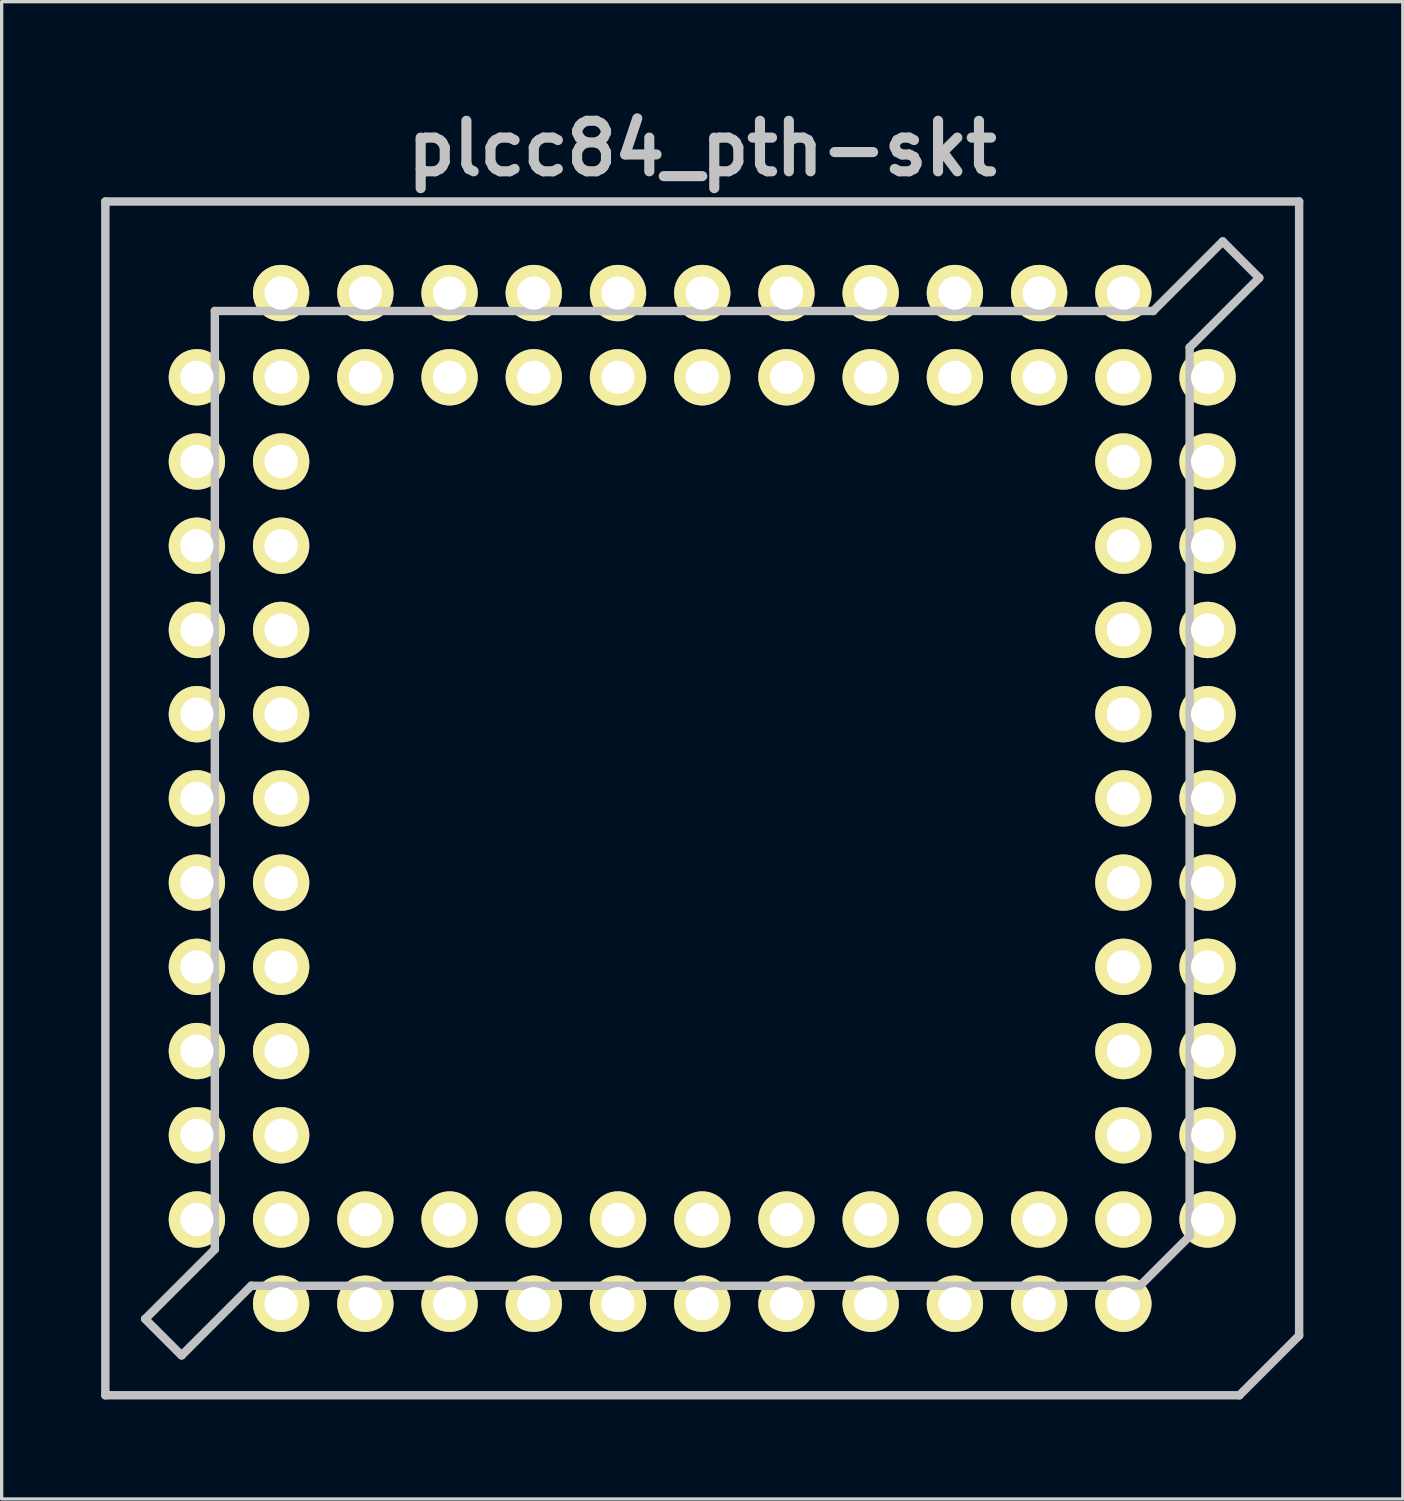
<source format=kicad_pcb>
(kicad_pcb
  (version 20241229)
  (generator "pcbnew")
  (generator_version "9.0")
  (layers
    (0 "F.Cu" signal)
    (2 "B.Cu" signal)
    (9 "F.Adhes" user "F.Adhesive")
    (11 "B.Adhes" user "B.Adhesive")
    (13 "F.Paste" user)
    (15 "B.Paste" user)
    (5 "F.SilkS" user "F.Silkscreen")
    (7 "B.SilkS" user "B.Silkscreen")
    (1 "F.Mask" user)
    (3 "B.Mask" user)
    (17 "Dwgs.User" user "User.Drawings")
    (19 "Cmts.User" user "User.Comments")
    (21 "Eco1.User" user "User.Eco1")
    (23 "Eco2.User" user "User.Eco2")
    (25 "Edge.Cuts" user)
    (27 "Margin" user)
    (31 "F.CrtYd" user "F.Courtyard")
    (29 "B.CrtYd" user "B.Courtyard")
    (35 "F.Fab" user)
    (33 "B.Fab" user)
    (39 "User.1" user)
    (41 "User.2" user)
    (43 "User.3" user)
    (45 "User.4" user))
  (footprint "plcc84_pth-skt"
    (layer "F.Cu")
    (at 18.128 21.028)
    (property "Reference" "plcc84_pth-skt" (at 0 -19.601 0) (layer "Dwgs.User") (effects (font (size 1.524 1.524) (thickness 0.305))))
    (attr through_hole)
    (fp_line (start -18.001 -18.001) (end -18.001 18.001) (stroke (width 0.254) (type solid)) (layer "Dwgs.User"))
    (fp_line (start -18.001 18.001) (end 16.2 18.001) (stroke (width 0.254) (type solid)) (layer "Dwgs.User"))
    (fp_line (start -16.802 15.7) (end -15.702 16.8) (stroke (width 0.254) (type solid)) (layer "Dwgs.User"))
    (fp_line (start -15.695 16.792) (end -13.597 14.694) (stroke (width 0.254) (type solid)) (layer "Dwgs.User"))
    (fp_line (start -14.699 -14.699) (end 13.599 -14.699) (stroke (width 0.254) (type solid)) (layer "Dwgs.User"))
    (fp_line (start -14.699 13.599) (end -16.797 15.697) (stroke (width 0.254) (type solid)) (layer "Dwgs.User"))
    (fp_line (start -14.699 13.599) (end -14.699 -14.699) (stroke (width 0.254) (type solid)) (layer "Dwgs.User"))
    (fp_line (start 13.2 14.699) (end -13.599 14.699) (stroke (width 0.254) (type solid)) (layer "Dwgs.User"))
    (fp_line (start 13.599 -14.699) (end 15.697 -16.797) (stroke (width 0.254) (type solid)) (layer "Dwgs.User"))
    (fp_line (start 14.699 -13.599) (end 14.699 13.2) (stroke (width 0.254) (type solid)) (layer "Dwgs.User"))
    (fp_line (start 14.699 13.2) (end 13.2 14.699) (stroke (width 0.254) (type solid)) (layer "Dwgs.User"))
    (fp_line (start 15.697 -16.797) (end 16.797 -15.697) (stroke (width 0.254) (type solid)) (layer "Dwgs.User"))
    (fp_line (start 16.2 18.001) (end 18.001 16.2) (stroke (width 0.254) (type solid)) (layer "Dwgs.User"))
    (fp_line (start 16.8 -15.7) (end 14.702 -13.602) (stroke (width 0.254) (type solid)) (layer "Dwgs.User"))
    (fp_line (start 18.001 -18.001) (end -18.001 -18.001) (stroke (width 0.254) (type solid)) (layer "Dwgs.User"))
    (fp_line (start 18.001 16.2) (end 18.001 -18.001) (stroke (width 0.254) (type solid)) (layer "Dwgs.User"))
    (pad "1" thru_hole circle (at 0 15.24) (size 1.699 1.699) (drill 1.001) (layers "*.Cu" "*.Mask" "F.SilkS"))
    (pad "2" thru_hole circle (at 0 12.7) (size 1.699 1.699) (drill 1.001) (layers "*.Cu" "*.Mask" "F.SilkS"))
    (pad "3" thru_hole circle (at 2.54 15.24) (size 1.699 1.699) (drill 1.001) (layers "*.Cu" "*.Mask" "F.SilkS"))
    (pad "4" thru_hole circle (at 2.54 12.7) (size 1.699 1.699) (drill 1.001) (layers "*.Cu" "*.Mask" "F.SilkS"))
    (pad "5" thru_hole circle (at 5.08 15.24) (size 1.699 1.699) (drill 1.001) (layers "*.Cu" "*.Mask" "F.SilkS"))
    (pad "6" thru_hole circle (at 5.08 12.7) (size 1.699 1.699) (drill 1.001) (layers "*.Cu" "*.Mask" "F.SilkS"))
    (pad "7" thru_hole circle (at 7.62 15.24) (size 1.699 1.699) (drill 1.001) (layers "*.Cu" "*.Mask" "F.SilkS"))
    (pad "8" thru_hole circle (at 7.62 12.7) (size 1.699 1.699) (drill 1.001) (layers "*.Cu" "*.Mask" "F.SilkS"))
    (pad "9" thru_hole circle (at 10.16 15.24) (size 1.699 1.699) (drill 1.001) (layers "*.Cu" "*.Mask" "F.SilkS"))
    (pad "10" thru_hole circle (at 10.16 12.7) (size 1.699 1.699) (drill 1.001) (layers "*.Cu" "*.Mask" "F.SilkS"))
    (pad "11" thru_hole circle (at 12.7 15.24) (size 1.699 1.699) (drill 1.001) (layers "*.Cu" "*.Mask" "F.SilkS"))
    (pad "12" thru_hole circle (at 15.24 12.7) (size 1.699 1.699) (drill 1.001) (layers "*.Cu" "*.Mask" "F.SilkS"))
    (pad "13" thru_hole circle (at 12.7 12.7) (size 1.699 1.699) (drill 1.001) (layers "*.Cu" "*.Mask" "F.SilkS"))
    (pad "14" thru_hole circle (at 15.24 10.16) (size 1.699 1.699) (drill 1.001) (layers "*.Cu" "*.Mask" "F.SilkS"))
    (pad "15" thru_hole circle (at 12.7 10.16) (size 1.699 1.699) (drill 1.001) (layers "*.Cu" "*.Mask" "F.SilkS"))
    (pad "16" thru_hole circle (at 15.24 7.62) (size 1.699 1.699) (drill 1.001) (layers "*.Cu" "*.Mask" "F.SilkS"))
    (pad "17" thru_hole circle (at 12.7 7.62) (size 1.699 1.699) (drill 1.001) (layers "*.Cu" "*.Mask" "F.SilkS"))
    (pad "18" thru_hole circle (at 15.24 5.08) (size 1.699 1.699) (drill 1.001) (layers "*.Cu" "*.Mask" "F.SilkS"))
    (pad "19" thru_hole circle (at 12.7 5.08) (size 1.699 1.699) (drill 1.001) (layers "*.Cu" "*.Mask" "F.SilkS"))
    (pad "20" thru_hole circle (at 15.24 2.54) (size 1.699 1.699) (drill 1.001) (layers "*.Cu" "*.Mask" "F.SilkS"))
    (pad "21" thru_hole circle (at 12.7 2.54) (size 1.699 1.699) (drill 1.001) (layers "*.Cu" "*.Mask" "F.SilkS"))
    (pad "22" thru_hole circle (at 15.24 0) (size 1.699 1.699) (drill 1.001) (layers "*.Cu" "*.Mask" "F.SilkS"))
    (pad "23" thru_hole circle (at 12.7 0) (size 1.699 1.699) (drill 1.001) (layers "*.Cu" "*.Mask" "F.SilkS"))
    (pad "24" thru_hole circle (at 15.24 -2.54) (size 1.699 1.699) (drill 1.001) (layers "*.Cu" "*.Mask" "F.SilkS"))
    (pad "25" thru_hole circle (at 12.7 -2.54) (size 1.699 1.699) (drill 1.001) (layers "*.Cu" "*.Mask" "F.SilkS"))
    (pad "26" thru_hole circle (at 15.24 -5.08) (size 1.699 1.699) (drill 1.001) (layers "*.Cu" "*.Mask" "F.SilkS"))
    (pad "27" thru_hole circle (at 12.7 -5.08) (size 1.699 1.699) (drill 1.001) (layers "*.Cu" "*.Mask" "F.SilkS"))
    (pad "28" thru_hole circle (at 15.24 -7.62) (size 1.699 1.699) (drill 1.001) (layers "*.Cu" "*.Mask" "F.SilkS"))
    (pad "29" thru_hole circle (at 12.7 -7.62) (size 1.699 1.699) (drill 1.001) (layers "*.Cu" "*.Mask" "F.SilkS"))
    (pad "30" thru_hole circle (at 15.24 -10.16) (size 1.699 1.699) (drill 1.001) (layers "*.Cu" "*.Mask" "F.SilkS"))
    (pad "31" thru_hole circle (at 12.7 -10.16) (size 1.699 1.699) (drill 1.001) (layers "*.Cu" "*.Mask" "F.SilkS"))
    (pad "32" thru_hole circle (at 15.24 -12.7) (size 1.699 1.699) (drill 1.001) (layers "*.Cu" "*.Mask" "F.SilkS"))
    (pad "33" thru_hole circle (at 12.7 -15.24) (size 1.699 1.699) (drill 1.001) (layers "*.Cu" "*.Mask" "F.SilkS"))
    (pad "34" thru_hole circle (at 12.7 -12.7) (size 1.699 1.699) (drill 1.001) (layers "*.Cu" "*.Mask" "F.SilkS"))
    (pad "35" thru_hole circle (at 10.16 -15.24) (size 1.699 1.699) (drill 1.001) (layers "*.Cu" "*.Mask" "F.SilkS"))
    (pad "36" thru_hole circle (at 10.16 -12.7) (size 1.699 1.699) (drill 1.001) (layers "*.Cu" "*.Mask" "F.SilkS"))
    (pad "37" thru_hole circle (at 7.62 -15.24) (size 1.699 1.699) (drill 1.001) (layers "*.Cu" "*.Mask" "F.SilkS"))
    (pad "38" thru_hole circle (at 7.62 -12.7) (size 1.699 1.699) (drill 1.001) (layers "*.Cu" "*.Mask" "F.SilkS"))
    (pad "39" thru_hole circle (at 5.08 -15.24) (size 1.699 1.699) (drill 1.001) (layers "*.Cu" "*.Mask" "F.SilkS"))
    (pad "40" thru_hole circle (at 5.08 -12.7) (size 1.699 1.699) (drill 1.001) (layers "*.Cu" "*.Mask" "F.SilkS"))
    (pad "41" thru_hole circle (at 2.54 -15.24) (size 1.699 1.699) (drill 1.001) (layers "*.Cu" "*.Mask" "F.SilkS"))
    (pad "42" thru_hole circle (at 2.54 -12.7) (size 1.699 1.699) (drill 1.001) (layers "*.Cu" "*.Mask" "F.SilkS"))
    (pad "43" thru_hole circle (at 0 -15.24) (size 1.699 1.699) (drill 1.001) (layers "*.Cu" "*.Mask" "F.SilkS"))
    (pad "44" thru_hole circle (at 0 -12.7) (size 1.699 1.699) (drill 1.001) (layers "*.Cu" "*.Mask" "F.SilkS"))
    (pad "45" thru_hole circle (at -2.54 -15.24) (size 1.699 1.699) (drill 1.001) (layers "*.Cu" "*.Mask" "F.SilkS"))
    (pad "46" thru_hole circle (at -2.54 -12.7) (size 1.699 1.699) (drill 1.001) (layers "*.Cu" "*.Mask" "F.SilkS"))
    (pad "47" thru_hole circle (at -5.08 -15.24) (size 1.699 1.699) (drill 1.001) (layers "*.Cu" "*.Mask" "F.SilkS"))
    (pad "48" thru_hole circle (at -5.08 -12.7) (size 1.699 1.699) (drill 1.001) (layers "*.Cu" "*.Mask" "F.SilkS"))
    (pad "49" thru_hole circle (at -7.62 -15.24) (size 1.699 1.699) (drill 1.001) (layers "*.Cu" "*.Mask" "F.SilkS"))
    (pad "50" thru_hole circle (at -7.62 -12.7) (size 1.699 1.699) (drill 1.001) (layers "*.Cu" "*.Mask" "F.SilkS"))
    (pad "51" thru_hole circle (at -10.16 -15.24) (size 1.699 1.699) (drill 1.001) (layers "*.Cu" "*.Mask" "F.SilkS"))
    (pad "52" thru_hole circle (at -10.16 -12.7) (size 1.699 1.699) (drill 1.001) (layers "*.Cu" "*.Mask" "F.SilkS"))
    (pad "53" thru_hole circle (at -12.7 -15.24) (size 1.699 1.699) (drill 1.001) (layers "*.Cu" "*.Mask" "F.SilkS"))
    (pad "54" thru_hole circle (at -15.24 -12.7) (size 1.699 1.699) (drill 1.001) (layers "*.Cu" "*.Mask" "F.SilkS"))
    (pad "55" thru_hole circle (at -12.7 -12.7) (size 1.699 1.699) (drill 1.001) (layers "*.Cu" "*.Mask" "F.SilkS"))
    (pad "56" thru_hole circle (at -15.24 -10.16) (size 1.699 1.699) (drill 1.001) (layers "*.Cu" "*.Mask" "F.SilkS"))
    (pad "57" thru_hole circle (at -12.7 -10.16) (size 1.699 1.699) (drill 1.001) (layers "*.Cu" "*.Mask" "F.SilkS"))
    (pad "58" thru_hole circle (at -15.24 -7.62) (size 1.699 1.699) (drill 1.001) (layers "*.Cu" "*.Mask" "F.SilkS"))
    (pad "59" thru_hole circle (at -12.7 -7.62) (size 1.699 1.699) (drill 1.001) (layers "*.Cu" "*.Mask" "F.SilkS"))
    (pad "60" thru_hole circle (at -15.24 -5.08) (size 1.699 1.699) (drill 1.001) (layers "*.Cu" "*.Mask" "F.SilkS"))
    (pad "61" thru_hole circle (at -12.7 -5.08) (size 1.699 1.699) (drill 1.001) (layers "*.Cu" "*.Mask" "F.SilkS"))
    (pad "62" thru_hole circle (at -15.24 -2.54) (size 1.699 1.699) (drill 1.001) (layers "*.Cu" "*.Mask" "F.SilkS"))
    (pad "63" thru_hole circle (at -12.7 -2.54) (size 1.699 1.699) (drill 1.001) (layers "*.Cu" "*.Mask" "F.SilkS"))
    (pad "64" thru_hole circle (at -15.24 0) (size 1.699 1.699) (drill 1.001) (layers "*.Cu" "*.Mask" "F.SilkS"))
    (pad "65" thru_hole circle (at -12.7 0) (size 1.699 1.699) (drill 1.001) (layers "*.Cu" "*.Mask" "F.SilkS"))
    (pad "66" thru_hole circle (at -15.24 2.54) (size 1.699 1.699) (drill 1.001) (layers "*.Cu" "*.Mask" "F.SilkS"))
    (pad "67" thru_hole circle (at -12.7 2.54) (size 1.699 1.699) (drill 1.001) (layers "*.Cu" "*.Mask" "F.SilkS"))
    (pad "68" thru_hole circle (at -15.24 5.08) (size 1.699 1.699) (drill 1.001) (layers "*.Cu" "*.Mask" "F.SilkS"))
    (pad "69" thru_hole circle (at -12.7 5.08) (size 1.699 1.699) (drill 1.001) (layers "*.Cu" "*.Mask" "F.SilkS"))
    (pad "70" thru_hole circle (at -15.24 7.62) (size 1.699 1.699) (drill 1.001) (layers "*.Cu" "*.Mask" "F.SilkS"))
    (pad "71" thru_hole circle (at -12.7 7.62) (size 1.699 1.699) (drill 1.001) (layers "*.Cu" "*.Mask" "F.SilkS"))
    (pad "72" thru_hole circle (at -15.24 10.16) (size 1.699 1.699) (drill 1.001) (layers "*.Cu" "*.Mask" "F.SilkS"))
    (pad "73" thru_hole circle (at -12.7 10.16) (size 1.699 1.699) (drill 1.001) (layers "*.Cu" "*.Mask" "F.SilkS"))
    (pad "74" thru_hole circle (at -15.24 12.7) (size 1.699 1.699) (drill 1.001) (layers "*.Cu" "*.Mask" "F.SilkS"))
    (pad "75" thru_hole circle (at -12.7 15.24) (size 1.699 1.699) (drill 1.001) (layers "*.Cu" "*.Mask" "F.SilkS"))
    (pad "76" thru_hole circle (at -12.7 12.7) (size 1.699 1.699) (drill 1.001) (layers "*.Cu" "*.Mask" "F.SilkS"))
    (pad "77" thru_hole circle (at -10.16 15.24) (size 1.699 1.699) (drill 1.001) (layers "*.Cu" "*.Mask" "F.SilkS"))
    (pad "78" thru_hole circle (at -10.16 12.7) (size 1.699 1.699) (drill 1.001) (layers "*.Cu" "*.Mask" "F.SilkS"))
    (pad "79" thru_hole circle (at -7.62 15.24) (size 1.699 1.699) (drill 1.001) (layers "*.Cu" "*.Mask" "F.SilkS"))
    (pad "80" thru_hole circle (at -7.62 12.7) (size 1.699 1.699) (drill 1.001) (layers "*.Cu" "*.Mask" "F.SilkS"))
    (pad "81" thru_hole circle (at -5.08 15.24) (size 1.699 1.699) (drill 1.001) (layers "*.Cu" "*.Mask" "F.SilkS"))
    (pad "82" thru_hole circle (at -5.08 12.7) (size 1.699 1.699) (drill 1.001) (layers "*.Cu" "*.Mask" "F.SilkS"))
    (pad "83" thru_hole circle (at -2.54 15.24) (size 1.699 1.699) (drill 1.001) (layers "*.Cu" "*.Mask" "F.SilkS"))
    (pad "84" thru_hole circle (at -2.54 12.7) (size 1.699 1.699) (drill 1.001) (layers "*.Cu" "*.Mask" "F.SilkS")))
  (gr_rect
    (start -3 -3)
    (end 39.256 42.156)
    (stroke (width 0.1) (type default))
    (fill no)
    (layer "Edge.Cuts")))
</source>
